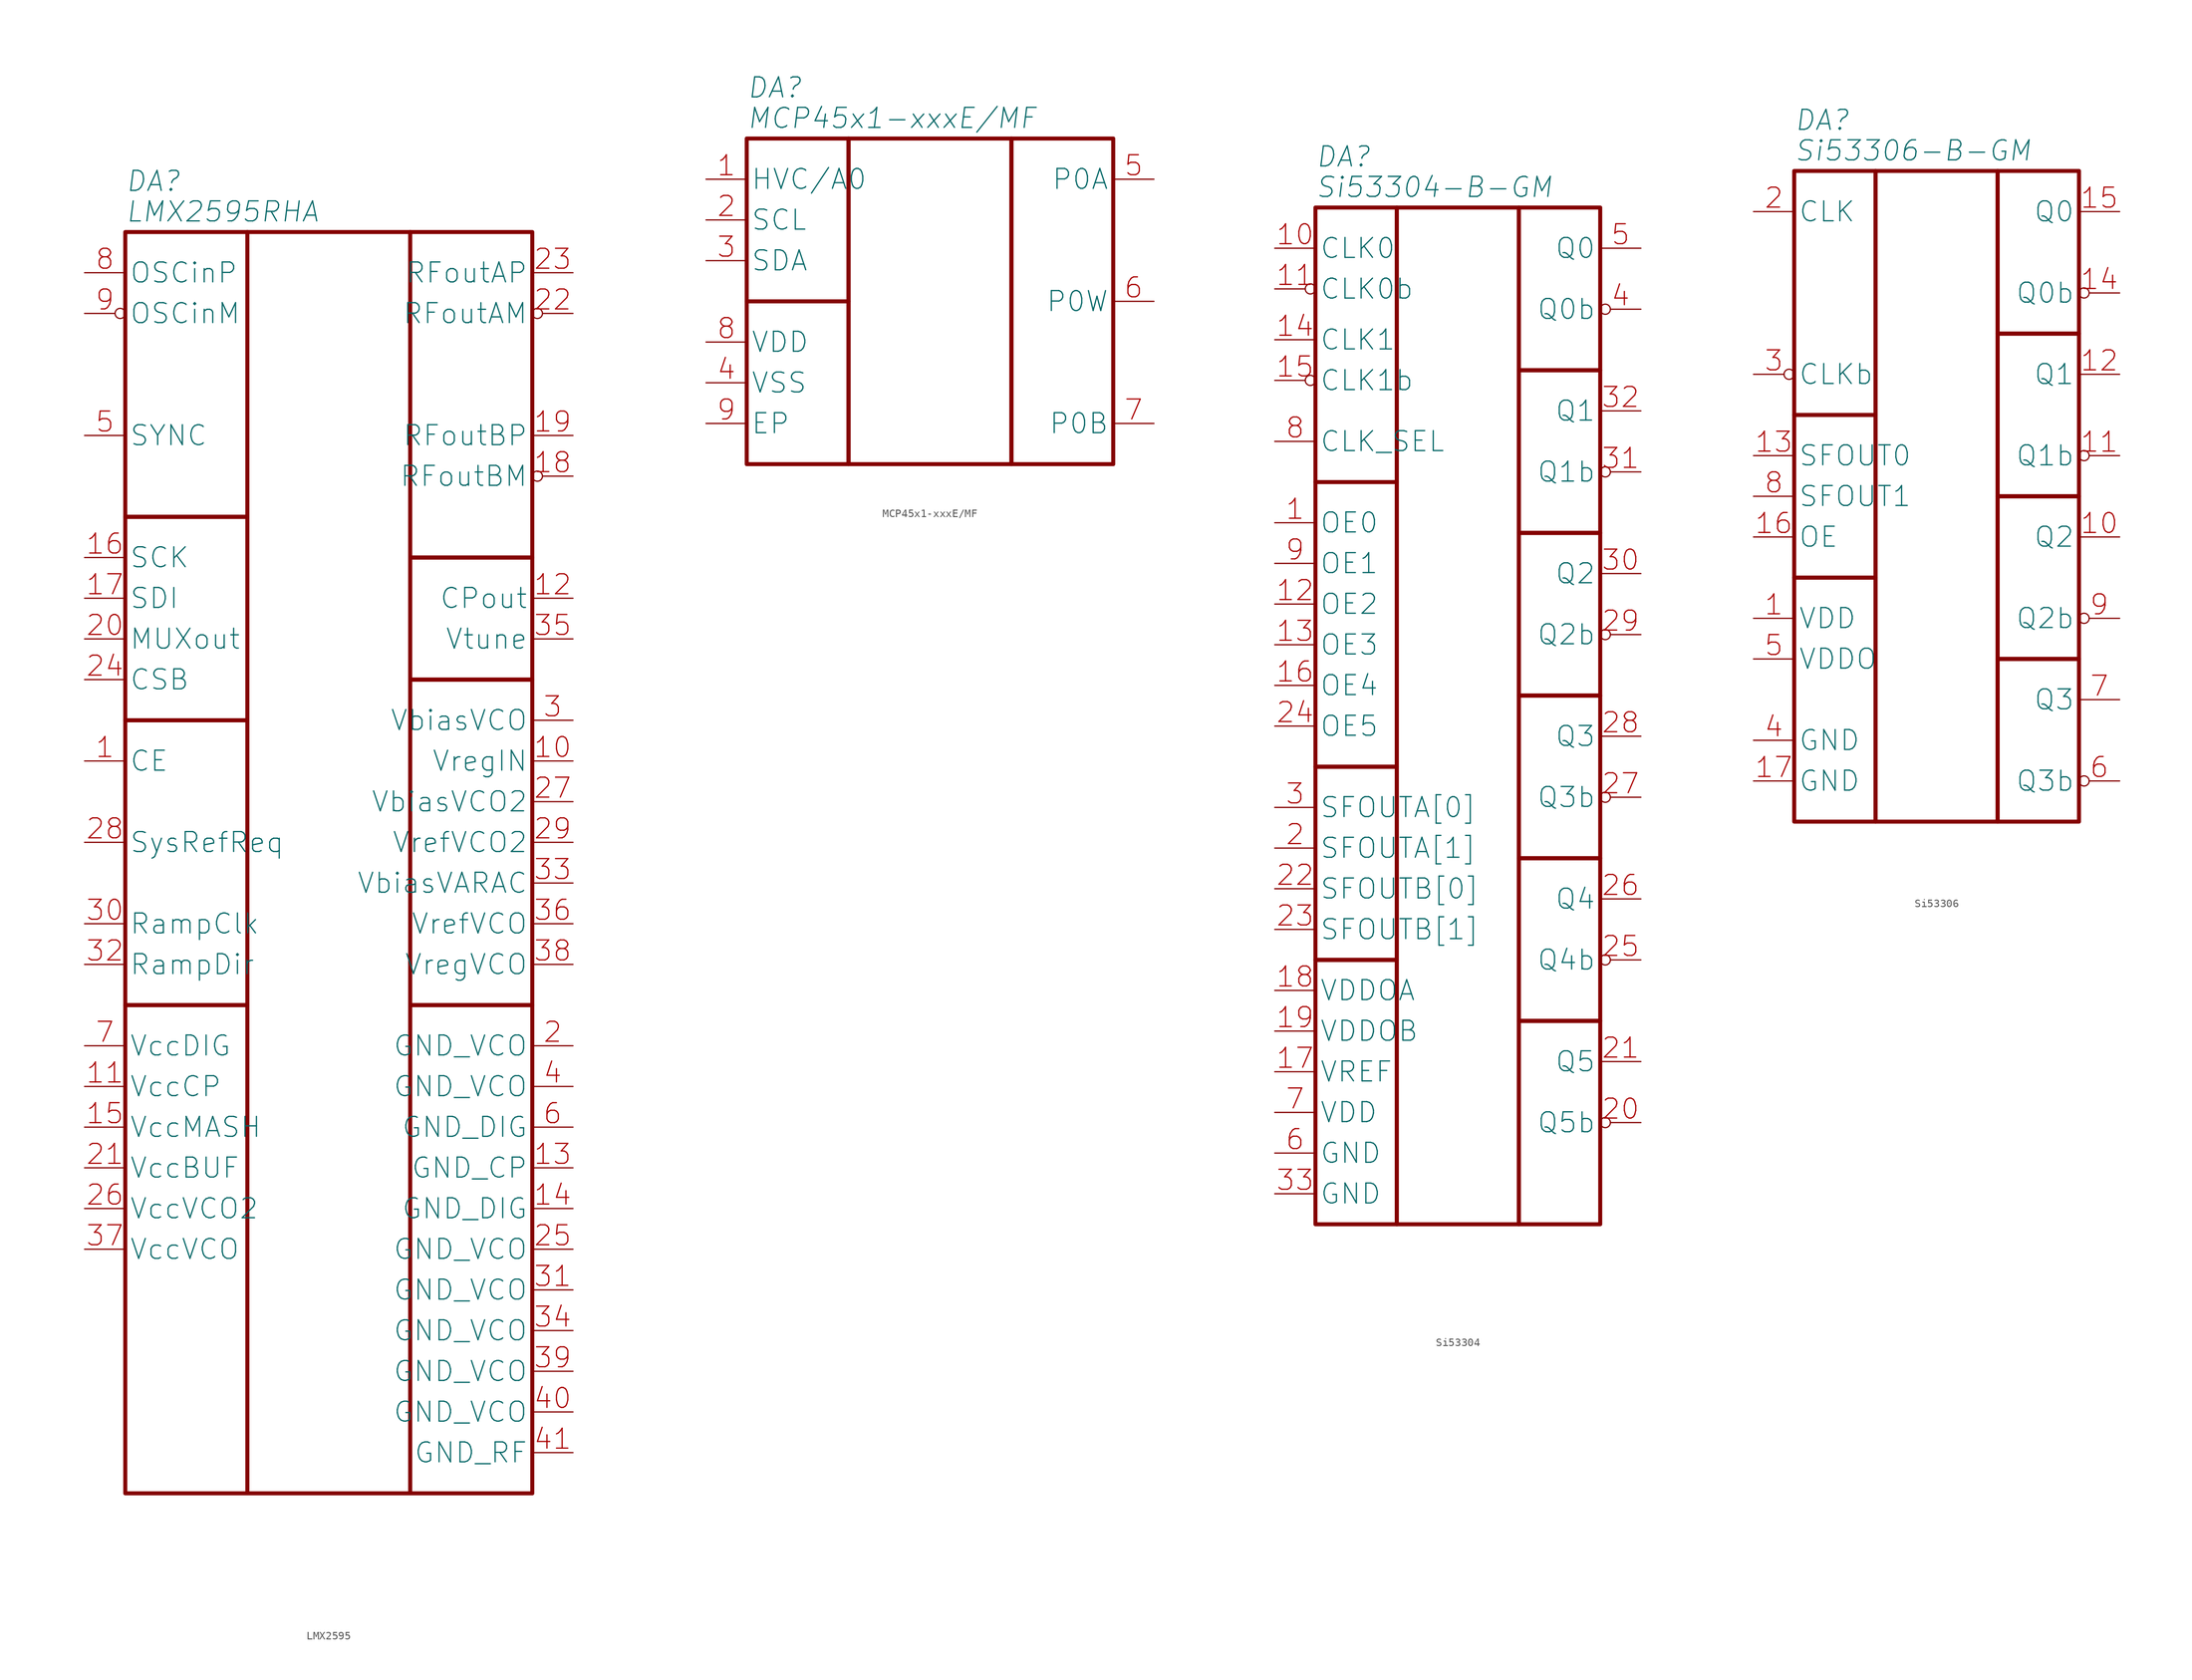
<source format=kicad_sym>
(kicad_symbol_lib
  (version 20241209)
  (generator "kicad_symbol_editor")
  (generator_version "9.0")
  (symbol "LMX2595"
    (property "Reference" "DA"
      (at -25.4 6.35 0)
      (effects (font (size 2.5 2.5) (italic yes)) (justify left)))
    (property "Value" "LMX2595RHA"
      (at -25.4 2.54 0)
      (effects (font (size 2.5 2.5) (italic yes)) (justify left)))
    (symbol "LMX2595_1_1"
      (rectangle (start -25.4 0) (end -10.16 -35.56) (stroke (width 0.5) (type default)) (fill (type none)))
      (rectangle (start -25.4 -35.56) (end -10.16 -60.96) (stroke (width 0.5) (type default)) (fill (type none)))
      (rectangle (start -25.4 -60.96) (end -10.16 -96.52) (stroke (width 0.5) (type default)) (fill (type none)))
      (rectangle (start -25.4 -96.52) (end -10.16 -157.48) (stroke (width 0.5) (type default)) (fill (type none)))
      (rectangle (start -10.16 0) (end 10.16 -157.48) (stroke (width 0.5) (type default)) (fill (type none)))
      (rectangle (start 10.16 0) (end 25.4 -40.64) (stroke (width 0.5) (type default)) (fill (type none)))
      (rectangle (start 10.16 -40.64) (end 25.4 -55.88) (stroke (width 0.5) (type default)) (fill (type none)))
      (rectangle (start 10.16 -55.88) (end 25.4 -96.52) (stroke (width 0.5) (type default)) (fill (type none)))
      (rectangle (start 10.16 -157.48) (end 25.4 -96.52) (stroke (width 0.5) (type default)) (fill (type none)))
      (pin input line (at -30.48 -5.08 0) (length 5.08) (name "OSCinP" (effects (font (size 2.489 2.489)))) (number "8" (effects (font (size 2.489 2.489)))))
      (pin input inverted (at -30.48 -10.16 0) (length 5.08) (name "OSCinM" (effects (font (size 2.489 2.489)))) (number "9" (effects (font (size 2.489 2.489)))))
      (pin input line (at -30.48 -25.4 0) (length 5.08) (name "SYNC" (effects (font (size 2.489 2.489)))) (number "5" (effects (font (size 2.489 2.489)))))
      (pin input line (at -30.48 -40.64 0) (length 5.08) (name "SCK" (effects (font (size 2.489 2.489)))) (number "16" (effects (font (size 2.489 2.489)))))
      (pin input line (at -30.48 -45.72 0) (length 5.08) (name "SDI" (effects (font (size 2.489 2.489)))) (number "17" (effects (font (size 2.489 2.489)))))
      (pin output line (at -30.48 -50.8 0) (length 5.08) (name "MUXout" (effects (font (size 2.489 2.489)))) (number "20" (effects (font (size 2.489 2.489)))))
      (pin input line (at -30.48 -55.88 0) (length 5.08) (name "CSB" (effects (font (size 2.489 2.489)))) (number "24" (effects (font (size 2.489 2.489)))))
      (pin input line (at -30.48 -66.04 0) (length 5.08) (name "CE" (effects (font (size 2.489 2.489)))) (number "1" (effects (font (size 2.489 2.489)))))
      (pin input line (at -30.48 -76.2 0) (length 5.08) (name "SysRefReq" (effects (font (size 2.489 2.489)))) (number "28" (effects (font (size 2.489 2.489)))))
      (pin input line (at -30.48 -86.36 0) (length 5.08) (name "RampClk" (effects (font (size 2.489 2.489)))) (number "30" (effects (font (size 2.489 2.489)))))
      (pin input line (at -30.48 -91.44 0) (length 5.08) (name "RampDir" (effects (font (size 2.489 2.489)))) (number "32" (effects (font (size 2.489 2.489)))))
      (pin power_in line (at -30.48 -101.6 0) (length 5.08) (name "VccDIG" (effects (font (size 2.489 2.489)))) (number "7" (effects (font (size 2.489 2.489)))))
      (pin power_in line (at -30.48 -106.68 0) (length 5.08) (name "VccCP" (effects (font (size 2.489 2.489)))) (number "11" (effects (font (size 2.489 2.489)))))
      (pin power_in line (at -30.48 -111.76 0) (length 5.08) (name "VccMASH" (effects (font (size 2.489 2.489)))) (number "15" (effects (font (size 2.489 2.489)))))
      (pin power_in line (at -30.48 -116.84 0) (length 5.08) (name "VccBUF" (effects (font (size 2.489 2.489)))) (number "21" (effects (font (size 2.489 2.489)))))
      (pin power_in line (at -30.48 -121.92 0) (length 5.08) (name "VccVCO2" (effects (font (size 2.489 2.489)))) (number "26" (effects (font (size 2.489 2.489)))))
      (pin power_in line (at -30.48 -127 0) (length 5.08) (name "VccVCO" (effects (font (size 2.489 2.489)))) (number "37" (effects (font (size 2.489 2.489)))))
      (pin output line (at 30.48 -5.08 180) (length 5.08) (name "RFoutAP" (effects (font (size 2.489 2.489)))) (number "23" (effects (font (size 2.489 2.489)))))
      (pin output inverted (at 30.48 -10.16 180) (length 5.08) (name "RFoutAM" (effects (font (size 2.489 2.489)))) (number "22" (effects (font (size 2.489 2.489)))))
      (pin output line (at 30.48 -25.4 180) (length 5.08) (name "RFoutBP" (effects (font (size 2.489 2.489)))) (number "19" (effects (font (size 2.489 2.489)))))
      (pin output inverted (at 30.48 -30.48 180) (length 5.08) (name "RFoutBM" (effects (font (size 2.489 2.489)))) (number "18" (effects (font (size 2.489 2.489)))))
      (pin output line (at 30.48 -45.72 180) (length 5.08) (name "CPout" (effects (font (size 2.489 2.489)))) (number "12" (effects (font (size 2.489 2.489)))))
      (pin input line (at 30.48 -50.8 180) (length 5.08) (name "Vtune" (effects (font (size 2.489 2.489)))) (number "35" (effects (font (size 2.489 2.489)))))
      (pin passive line (at 30.48 -60.96 180) (length 5.08) (name "VbiasVCO" (effects (font (size 2.489 2.489)))) (number "3" (effects (font (size 2.489 2.489)))))
      (pin passive line (at 30.48 -66.04 180) (length 5.08) (name "VregIN" (effects (font (size 2.489 2.489)))) (number "10" (effects (font (size 2.489 2.489)))))
      (pin passive line (at 30.48 -71.12 180) (length 5.08) (name "VbiasVCO2" (effects (font (size 2.489 2.489)))) (number "27" (effects (font (size 2.489 2.489)))))
      (pin passive line (at 30.48 -76.2 180) (length 5.08) (name "VrefVCO2" (effects (font (size 2.489 2.489)))) (number "29" (effects (font (size 2.489 2.489)))))
      (pin passive line (at 30.48 -81.28 180) (length 5.08) (name "VbiasVARAC" (effects (font (size 2.489 2.489)))) (number "33" (effects (font (size 2.489 2.489)))))
      (pin passive line (at 30.48 -86.36 180) (length 5.08) (name "VrefVCO" (effects (font (size 2.489 2.489)))) (number "36" (effects (font (size 2.489 2.489)))))
      (pin passive line (at 30.48 -91.44 180) (length 5.08) (name "VregVCO" (effects (font (size 2.489 2.489)))) (number "38" (effects (font (size 2.489 2.489)))))
      (pin power_in line (at 30.48 -101.6 180) (length 5.08) (name "GND_VCO" (effects (font (size 2.489 2.489)))) (number "2" (effects (font (size 2.489 2.489)))))
      (pin power_in line (at 30.48 -106.68 180) (length 5.08) (name "GND_VCO" (effects (font (size 2.489 2.489)))) (number "4" (effects (font (size 2.489 2.489)))))
      (pin power_in line (at 30.48 -111.76 180) (length 5.08) (name "GND_DIG" (effects (font (size 2.489 2.489)))) (number "6" (effects (font (size 2.489 2.489)))))
      (pin power_in line (at 30.48 -116.84 180) (length 5.08) (name "GND_CP" (effects (font (size 2.489 2.489)))) (number "13" (effects (font (size 2.489 2.489)))))
      (pin power_in line (at 30.48 -121.92 180) (length 5.08) (name "GND_DIG" (effects (font (size 2.489 2.489)))) (number "14" (effects (font (size 2.489 2.489)))))
      (pin power_in line (at 30.48 -127 180) (length 5.08) (name "GND_VCO" (effects (font (size 2.489 2.489)))) (number "25" (effects (font (size 2.489 2.489)))))
      (pin power_in line (at 30.48 -132.08 180) (length 5.08) (name "GND_VCO" (effects (font (size 2.489 2.489)))) (number "31" (effects (font (size 2.489 2.489)))))
      (pin power_in line (at 30.48 -137.16 180) (length 5.08) (name "GND_VCO" (effects (font (size 2.489 2.489)))) (number "34" (effects (font (size 2.489 2.489)))))
      (pin power_in line (at 30.48 -142.24 180) (length 5.08) (name "GND_VCO" (effects (font (size 2.489 2.489)))) (number "39" (effects (font (size 2.489 2.489)))))
      (pin power_in line (at 30.48 -147.32 180) (length 5.08) (name "GND_VCO" (effects (font (size 2.489 2.489)))) (number "40" (effects (font (size 2.489 2.489)))))
      (pin power_in line (at 30.48 -152.4 180) (length 5.08) (name "GND_RF" (effects (font (size 2.489 2.489)))) (number "41" (effects (font (size 2.489 2.489)))))))
  (symbol "MCP45x1-xxxE/MF"
    (property "Reference" "DA"
      (at -22.86 6.35 0)
      (effects (font (size 2.5 2.5) (italic yes)) (justify left)))
    (property "Value" "MCP45x1-xxxE/MF"
      (at -22.86 2.54 0)
      (effects (font (size 2.5 2.5) (italic yes)) (justify left)))
    (symbol "MCP45x1-xxxE/MF_1_1"
      (rectangle (start -22.86 0) (end -10.16 -20.32) (stroke (width 0.5) (type default)) (fill (type none)))
      (rectangle (start -22.86 -20.32) (end -10.16 -40.64) (stroke (width 0.5) (type default)) (fill (type none)))
      (rectangle (start -10.16 0) (end 10.16 -40.64) (stroke (width 0.5) (type default)) (fill (type none)))
      (rectangle (start 10.16 0) (end 22.86 -40.64) (stroke (width 0.5) (type default)) (fill (type none)))
      (pin input line (at -27.94 -5.08 0) (length 5.08) (name "HVC/A0" (effects (font (size 2.489 2.489)))) (number "1" (effects (font (size 2.489 2.489)))))
      (pin input line (at -27.94 -10.16 0) (length 5.08) (name "SCL" (effects (font (size 2.489 2.489)))) (number "2" (effects (font (size 2.489 2.489)))))
      (pin bidirectional line (at -27.94 -15.24 0) (length 5.08) (name "SDA" (effects (font (size 2.489 2.489)))) (number "3" (effects (font (size 2.489 2.489)))))
      (pin power_in line (at -27.94 -25.4 0) (length 5.08) (name "VDD" (effects (font (size 2.489 2.489)))) (number "8" (effects (font (size 2.489 2.489)))))
      (pin power_in line (at -27.94 -30.48 0) (length 5.08) (name "VSS" (effects (font (size 2.489 2.489)))) (number "4" (effects (font (size 2.489 2.489)))))
      (pin power_in line (at -27.94 -35.56 0) (length 5.08) (name "EP" (effects (font (size 2.489 2.489)))) (number "9" (effects (font (size 2.489 2.489)))))
      (pin passive line (at 27.94 -5.08 180) (length 5.08) (name "P0A" (effects (font (size 2.489 2.489)))) (number "5" (effects (font (size 2.489 2.489)))))
      (pin passive line (at 27.94 -20.32 180) (length 5.08) (name "P0W" (effects (font (size 2.489 2.489)))) (number "6" (effects (font (size 2.489 2.489)))))
      (pin passive line (at 27.94 -35.56 180) (length 5.08) (name "P0B" (effects (font (size 2.489 2.489)))) (number "7" (effects (font (size 2.489 2.489)))))))
  (symbol "Si53304"
    (property "Reference" "DA"
      (at -17.78 6.35 0)
      (effects (font (size 2.5 2.5) (italic yes)) (justify left)))
    (property "Value" "Si53304-B-GM"
      (at -17.78 2.54 0)
      (effects (font (size 2.5 2.5) (italic yes)) (justify left)))
    (symbol "Si53304_1_0"
      (pin input line (at -22.86 -64.77 0) (length 5.08) (name "OE5" (effects (font (size 2.489 2.489)))) (number "24" (effects (font (size 2.489 2.489)))))
      (pin input line (at -22.86 -85.09 0) (length 5.08) (name "SFOUTB[0]" (effects (font (size 2.489 2.489)))) (number "22" (effects (font (size 2.489 2.489)))))
      (pin input line (at -22.86 -90.17 0) (length 5.08) (name "SFOUTB[1]" (effects (font (size 2.489 2.489)))) (number "23" (effects (font (size 2.489 2.489)))))
      (pin power_in line (at -22.86 -97.79 0) (length 5.08) (name "VDDOA" (effects (font (size 2.489 2.489)))) (number "18" (effects (font (size 2.489 2.489)))))
      (pin power_in line (at -22.86 -102.87 0) (length 5.08) (name "VDDOB" (effects (font (size 2.489 2.489)))) (number "19" (effects (font (size 2.489 2.489)))))
      (pin power_in line (at -22.86 -123.19 0) (length 5.08) (name "GND" (effects (font (size 2.489 2.489)))) (number "33" (effects (font (size 2.489 2.489)))))
      (pin output line (at 22.86 -25.4 180) (length 5.08) (name "Q1" (effects (font (size 2.489 2.489)))) (number "32" (effects (font (size 2.489 2.489)))))
      (pin output inverted (at 22.86 -33.02 180) (length 5.08) (name "Q1b" (effects (font (size 2.489 2.489)))) (number "31" (effects (font (size 2.489 2.489)))))
      (pin output line (at 22.86 -45.72 180) (length 5.08) (name "Q2" (effects (font (size 2.489 2.489)))) (number "30" (effects (font (size 2.489 2.489)))))
      (pin output inverted (at 22.86 -53.34 180) (length 5.08) (name "Q2b" (effects (font (size 2.489 2.489)))) (number "29" (effects (font (size 2.489 2.489)))))
      (pin output line (at 22.86 -66.04 180) (length 5.08) (name "Q3" (effects (font (size 2.489 2.489)))) (number "28" (effects (font (size 2.489 2.489)))))
      (pin output inverted (at 22.86 -73.66 180) (length 5.08) (name "Q3b" (effects (font (size 2.489 2.489)))) (number "27" (effects (font (size 2.489 2.489)))))
      (pin output line (at 22.86 -86.36 180) (length 5.08) (name "Q4" (effects (font (size 2.489 2.489)))) (number "26" (effects (font (size 2.489 2.489)))))
      (pin output inverted (at 22.86 -93.98 180) (length 5.08) (name "Q4b" (effects (font (size 2.489 2.489)))) (number "25" (effects (font (size 2.489 2.489)))))
      (pin output line (at 22.86 -106.68 180) (length 5.08) (name "Q5" (effects (font (size 2.489 2.489)))) (number "21" (effects (font (size 2.489 2.489)))))
      (pin output inverted (at 22.86 -114.3 180) (length 5.08) (name "Q5b" (effects (font (size 2.489 2.489)))) (number "20" (effects (font (size 2.489 2.489))))))
    (symbol "Si53304_1_1"
      (rectangle (start -17.78 0) (end -7.62 -34.29) (stroke (width 0.5) (type default)) (fill (type none)))
      (rectangle (start -17.78 -34.29) (end -7.62 -69.85) (stroke (width 0.5) (type default)) (fill (type none)))
      (rectangle (start -17.78 -69.85) (end -7.62 -93.98) (stroke (width 0.5) (type default)) (fill (type none)))
      (rectangle (start -17.78 -93.98) (end -7.62 -127) (stroke (width 0.5) (type default)) (fill (type none)))
      (rectangle (start -7.62 0) (end 7.62 -127) (stroke (width 0.5) (type default)) (fill (type none)))
      (rectangle (start 7.62 0) (end 17.78 -20.32) (stroke (width 0.5) (type default)) (fill (type none)))
      (rectangle (start 7.62 -20.32) (end 17.78 -40.64) (stroke (width 0.5) (type default)) (fill (type none)))
      (rectangle (start 7.62 -40.64) (end 17.78 -60.96) (stroke (width 0.5) (type default)) (fill (type none)))
      (rectangle (start 7.62 -60.96) (end 17.78 -81.28) (stroke (width 0.5) (type default)) (fill (type none)))
      (rectangle (start 7.62 -81.28) (end 17.78 -101.6) (stroke (width 0.5) (type default)) (fill (type none)))
      (rectangle (start 7.62 -101.6) (end 17.78 -127) (stroke (width 0.5) (type default)) (fill (type none)))
      (pin input line (at -22.86 -5.08 0) (length 5.08) (name "CLK0" (effects (font (size 2.489 2.489)))) (number "10" (effects (font (size 2.489 2.489)))))
      (pin input inverted (at -22.86 -10.16 0) (length 5.08) (name "CLK0b" (effects (font (size 2.489 2.489)))) (number "11" (effects (font (size 2.489 2.489)))))
      (pin input line (at -22.86 -16.51 0) (length 5.08) (name "CLK1" (effects (font (size 2.489 2.489)))) (number "14" (effects (font (size 2.489 2.489)))))
      (pin input inverted (at -22.86 -21.59 0) (length 5.08) (name "CLK1b" (effects (font (size 2.489 2.489)))) (number "15" (effects (font (size 2.489 2.489)))))
      (pin input line (at -22.86 -29.21 0) (length 5.08) (name "CLK_SEL" (effects (font (size 2.489 2.489)))) (number "8" (effects (font (size 2.489 2.489)))))
      (pin input line (at -22.86 -39.37 0) (length 5.08) (name "OE0" (effects (font (size 2.489 2.489)))) (number "1" (effects (font (size 2.489 2.489)))))
      (pin input line (at -22.86 -44.45 0) (length 5.08) (name "OE1" (effects (font (size 2.489 2.489)))) (number "9" (effects (font (size 2.489 2.489)))))
      (pin input line (at -22.86 -49.53 0) (length 5.08) (name "OE2" (effects (font (size 2.489 2.489)))) (number "12" (effects (font (size 2.489 2.489)))))
      (pin input line (at -22.86 -54.61 0) (length 5.08) (name "OE3" (effects (font (size 2.489 2.489)))) (number "13" (effects (font (size 2.489 2.489)))))
      (pin input line (at -22.86 -59.69 0) (length 5.08) (name "OE4" (effects (font (size 2.489 2.489)))) (number "16" (effects (font (size 2.489 2.489)))))
      (pin input line (at -22.86 -74.93 0) (length 5.08) (name "SFOUTA[0]" (effects (font (size 2.489 2.489)))) (number "3" (effects (font (size 2.489 2.489)))))
      (pin input line (at -22.86 -80.01 0) (length 5.08) (name "SFOUTA[1]" (effects (font (size 2.489 2.489)))) (number "2" (effects (font (size 2.489 2.489)))))
      (pin output line (at -22.86 -107.95 0) (length 5.08) (name "VREF" (effects (font (size 2.489 2.489)))) (number "17" (effects (font (size 2.489 2.489)))))
      (pin power_in line (at -22.86 -113.03 0) (length 5.08) (name "VDD" (effects (font (size 2.489 2.489)))) (number "7" (effects (font (size 2.489 2.489)))))
      (pin power_in line (at -22.86 -118.11 0) (length 5.08) (name "GND" (effects (font (size 2.489 2.489)))) (number "6" (effects (font (size 2.489 2.489)))))
      (pin output line (at 22.86 -5.08 180) (length 5.08) (name "Q0" (effects (font (size 2.489 2.489)))) (number "5" (effects (font (size 2.489 2.489)))))
      (pin output inverted (at 22.86 -12.7 180) (length 5.08) (name "Q0b" (effects (font (size 2.489 2.489)))) (number "4" (effects (font (size 2.489 2.489)))))))
  (symbol "Si53306"
    (property "Reference" "DA"
      (at -17.78 6.35 0)
      (effects (font (size 2.5 2.5) (italic yes)) (justify left)))
    (property "Value" "Si53306-B-GM"
      (at -17.78 2.54 0)
      (effects (font (size 2.5 2.5) (italic yes)) (justify left)))
    (symbol "Si53306_1_1"
      (rectangle (start -17.78 0) (end -7.62 -30.48) (stroke (width 0.5) (type default)) (fill (type none)))
      (rectangle (start -17.78 -30.48) (end -7.62 -50.8) (stroke (width 0.5) (type default)) (fill (type none)))
      (rectangle (start -17.78 -50.8) (end -7.62 -81.28) (stroke (width 0.5) (type default)) (fill (type none)))
      (rectangle (start -7.62 0) (end 7.62 -81.28) (stroke (width 0.5) (type default)) (fill (type none)))
      (rectangle (start 7.62 0) (end 17.78 -20.32) (stroke (width 0.5) (type default)) (fill (type none)))
      (rectangle (start 7.62 -20.32) (end 17.78 -40.64) (stroke (width 0.5) (type default)) (fill (type none)))
      (rectangle (start 7.62 -40.64) (end 17.78 -60.96) (stroke (width 0.5) (type default)) (fill (type none)))
      (rectangle (start 7.62 -60.96) (end 17.78 -81.28) (stroke (width 0.5) (type default)) (fill (type none)))
      (pin input line (at -22.86 -5.08 0) (length 5.08) (name "CLK" (effects (font (size 2.489 2.489)))) (number "2" (effects (font (size 2.489 2.489)))))
      (pin input inverted (at -22.86 -25.4 0) (length 5.08) (name "CLKb" (effects (font (size 2.489 2.489)))) (number "3" (effects (font (size 2.489 2.489)))))
      (pin input line (at -22.86 -35.56 0) (length 5.08) (name "SFOUT0" (effects (font (size 2.489 2.489)))) (number "13" (effects (font (size 2.489 2.489)))))
      (pin input line (at -22.86 -40.64 0) (length 5.08) (name "SFOUT1" (effects (font (size 2.489 2.489)))) (number "8" (effects (font (size 2.489 2.489)))))
      (pin input line (at -22.86 -45.72 0) (length 5.08) (name "OE" (effects (font (size 2.489 2.489)))) (number "16" (effects (font (size 2.489 2.489)))))
      (pin power_in line (at -22.86 -55.88 0) (length 5.08) (name "VDD" (effects (font (size 2.489 2.489)))) (number "1" (effects (font (size 2.489 2.489)))))
      (pin power_in line (at -22.86 -60.96 0) (length 5.08) (name "VDDO" (effects (font (size 2.489 2.489)))) (number "5" (effects (font (size 2.489 2.489)))))
      (pin power_in line (at -22.86 -71.12 0) (length 5.08) (name "GND" (effects (font (size 2.489 2.489)))) (number "4" (effects (font (size 2.489 2.489)))))
      (pin power_in line (at -22.86 -76.2 0) (length 5.08) (name "GND" (effects (font (size 2.489 2.489)))) (number "17" (effects (font (size 2.489 2.489)))))
      (pin output line (at 22.86 -5.08 180) (length 5.08) (name "Q0" (effects (font (size 2.489 2.489)))) (number "15" (effects (font (size 2.489 2.489)))))
      (pin output inverted (at 22.86 -15.24 180) (length 5.08) (name "Q0b" (effects (font (size 2.489 2.489)))) (number "14" (effects (font (size 2.489 2.489)))))
      (pin output line (at 22.86 -25.4 180) (length 5.08) (name "Q1" (effects (font (size 2.489 2.489)))) (number "12" (effects (font (size 2.489 2.489)))))
      (pin output inverted (at 22.86 -35.56 180) (length 5.08) (name "Q1b" (effects (font (size 2.489 2.489)))) (number "11" (effects (font (size 2.489 2.489)))))
      (pin output line (at 22.86 -45.72 180) (length 5.08) (name "Q2" (effects (font (size 2.489 2.489)))) (number "10" (effects (font (size 2.489 2.489)))))
      (pin output inverted (at 22.86 -55.88 180) (length 5.08) (name "Q2b" (effects (font (size 2.489 2.489)))) (number "9" (effects (font (size 2.489 2.489)))))
      (pin output line (at 22.86 -66.04 180) (length 5.08) (name "Q3" (effects (font (size 2.489 2.489)))) (number "7" (effects (font (size 2.489 2.489)))))
      (pin output inverted (at 22.86 -76.2 180) (length 5.08) (name "Q3b" (effects (font (size 2.489 2.489)))) (number "6" (effects (font (size 2.489 2.489))))))))
</source>
